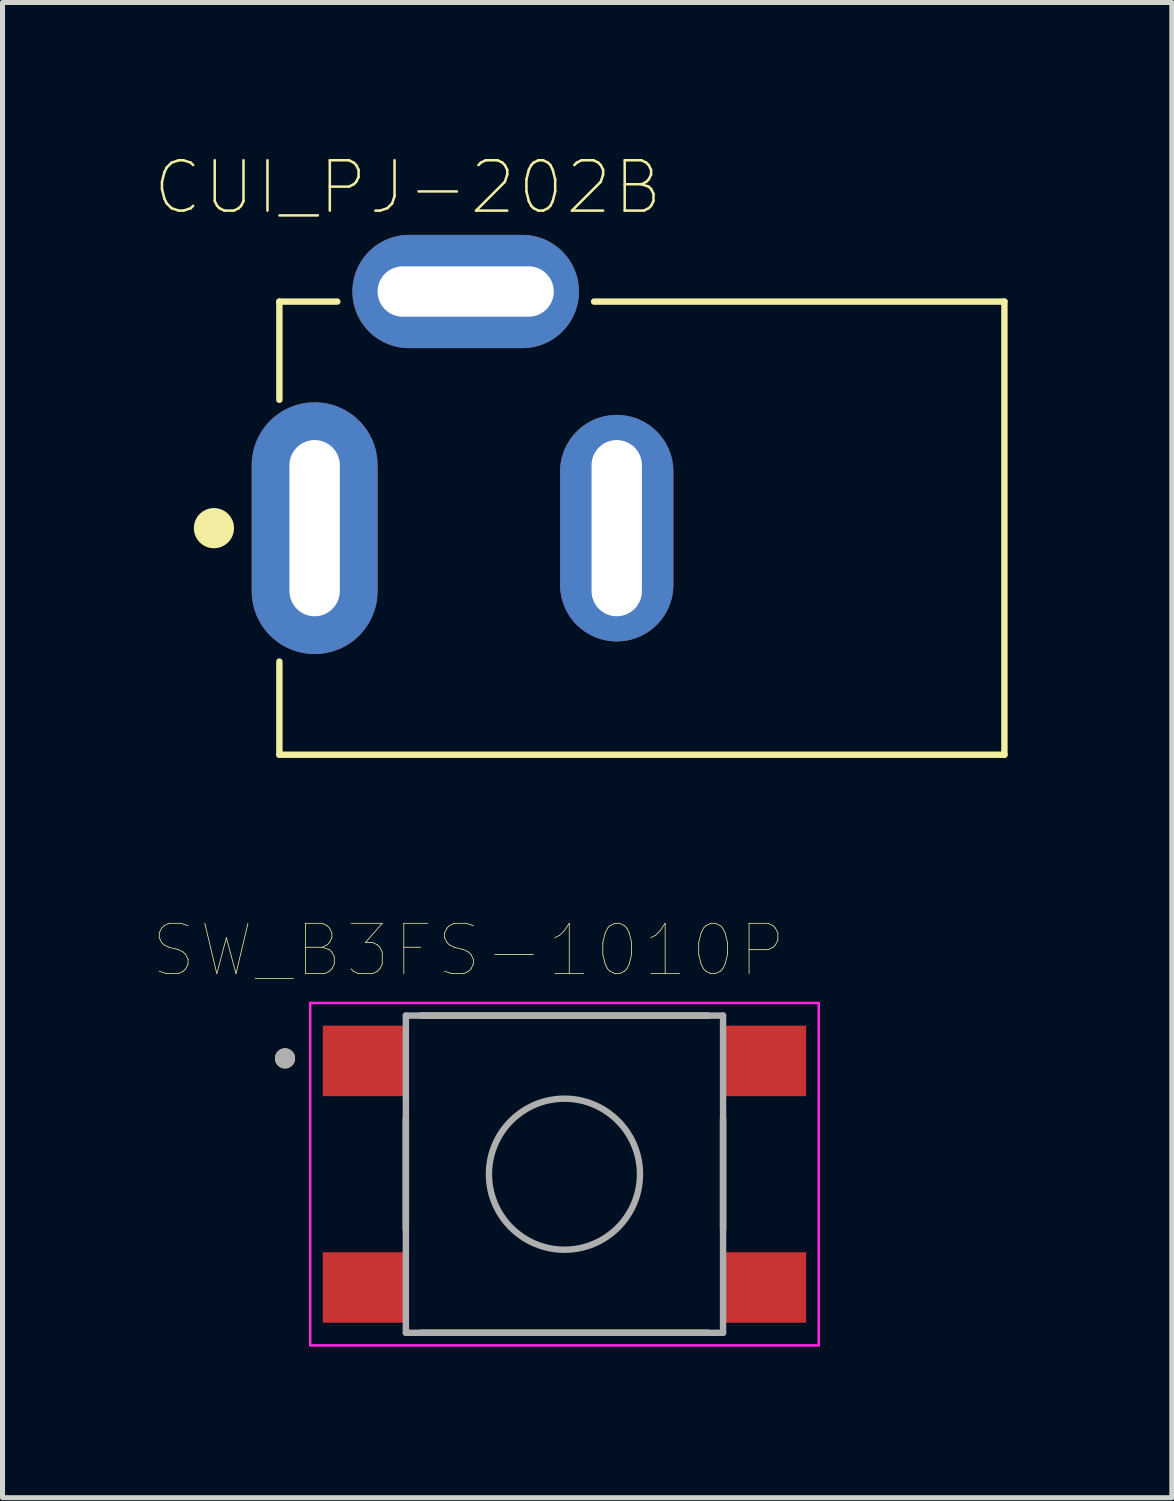
<source format=kicad_pcb>
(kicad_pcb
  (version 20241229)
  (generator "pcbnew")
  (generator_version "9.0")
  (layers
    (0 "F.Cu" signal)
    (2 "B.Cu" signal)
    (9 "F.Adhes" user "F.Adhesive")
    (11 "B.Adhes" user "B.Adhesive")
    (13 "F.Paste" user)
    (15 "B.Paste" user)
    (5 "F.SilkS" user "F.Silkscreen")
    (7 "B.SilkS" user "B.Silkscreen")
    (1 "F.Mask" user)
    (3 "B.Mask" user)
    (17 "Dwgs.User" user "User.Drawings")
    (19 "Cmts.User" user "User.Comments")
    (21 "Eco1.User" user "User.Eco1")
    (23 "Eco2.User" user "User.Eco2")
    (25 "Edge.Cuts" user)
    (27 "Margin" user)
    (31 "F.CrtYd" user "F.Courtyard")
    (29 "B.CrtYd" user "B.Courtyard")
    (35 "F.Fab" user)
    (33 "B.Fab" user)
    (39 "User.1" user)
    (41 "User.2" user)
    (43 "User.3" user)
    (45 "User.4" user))
  (footprint "CUI_PJ-202B"
    (layer "F.Cu")
    (at 9.699 7.44)
    (property "Reference" "CUI_PJ-202B" (at -4.651 -6.767 0) (layer "F.SilkS") (effects (font (size 1 1) (thickness 0.05))))
    (attr through_hole)
    (fp_line (start -7.2 -4.5) (end -6.05 -4.5) (stroke (width 0.127) (type solid)) (layer "F.SilkS"))
    (fp_line (start -7.2 -2.55) (end -7.2 -4.5) (stroke (width 0.127) (type solid)) (layer "F.SilkS"))
    (fp_line (start -7.2 4.5) (end -7.2 2.65) (stroke (width 0.127) (type solid)) (layer "F.SilkS"))
    (fp_line (start -0.95 -4.5) (end 7.2 -4.5) (stroke (width 0.127) (type solid)) (layer "F.SilkS"))
    (fp_line (start 7.2 -4.5) (end 7.2 4.5) (stroke (width 0.127) (type solid)) (layer "F.SilkS"))
    (fp_line (start 7.2 4.5) (end -7.2 4.5) (stroke (width 0.127) (type solid)) (layer "F.SilkS"))
    (fp_circle (center -8.5 0) (end -8.3 0) (stroke (width 0.4) (type solid)) (fill no) (layer "F.SilkS"))
    (fp_line (start -8.05 -2.25) (end -8.05 2.35) (stroke (width 0.05) (type solid)) (layer "Eco1.User"))
    (fp_line (start -8.05 2.35) (end -7.45 2.35) (stroke (width 0.05) (type solid)) (layer "Eco1.User"))
    (fp_line (start -7.45 -4.75) (end -6.05 -4.75) (stroke (width 0.05) (type solid)) (layer "Eco1.User"))
    (fp_line (start -7.45 -2.25) (end -8.05 -2.25) (stroke (width 0.05) (type solid)) (layer "Eco1.User"))
    (fp_line (start -7.45 -2.25) (end -7.45 -4.75) (stroke (width 0.05) (type solid)) (layer "Eco1.User"))
    (fp_line (start -7.45 4.75) (end -7.45 2.35) (stroke (width 0.05) (type solid)) (layer "Eco1.User"))
    (fp_line (start -6.05 -6.1) (end -0.95 -6.1) (stroke (width 0.05) (type solid)) (layer "Eco1.User"))
    (fp_line (start -6.05 -4.75) (end -6.05 -6.1) (stroke (width 0.05) (type solid)) (layer "Eco1.User"))
    (fp_line (start -0.95 -6.1) (end -0.95 -4.75) (stroke (width 0.05) (type solid)) (layer "Eco1.User"))
    (fp_line (start -0.95 -4.75) (end 7.5 -4.75) (stroke (width 0.05) (type solid)) (layer "Eco1.User"))
    (fp_line (start 7.5 -4.75) (end 7.5 4.75) (stroke (width 0.05) (type solid)) (layer "Eco1.User"))
    (fp_line (start 7.5 4.75) (end -7.45 4.75) (stroke (width 0.05) (type solid)) (layer "Eco1.User"))
    (fp_line (start -7.2 -4.5) (end 7.2 -4.5) (stroke (width 0.127) (type solid)) (layer "Eco2.User"))
    (fp_line (start -7.2 4.5) (end -7.2 -4.5) (stroke (width 0.127) (type solid)) (layer "Eco2.User"))
    (fp_line (start 7.2 -4.5) (end 7.2 4.5) (stroke (width 0.127) (type solid)) (layer "Eco2.User"))
    (fp_line (start 7.2 4.5) (end -7.2 4.5) (stroke (width 0.127) (type solid)) (layer "Eco2.User"))
    (fp_line (start -7 -1.75) (end -6 -1.75) (stroke (width 0.0001) (type solid)) (layer "Edge.Cuts"))
    (fp_line (start -7 1.75) (end -7 -1.75) (stroke (width 0.0001) (type solid)) (layer "Edge.Cuts"))
    (fp_line (start -6 -1.75) (end -6 1.75) (stroke (width 0.0001) (type solid)) (layer "Edge.Cuts"))
    (fp_line (start -6 1.75) (end -7 1.75) (stroke (width 0.0001) (type solid)) (layer "Edge.Cuts"))
    (fp_line (start -5 -5.2) (end -2 -5.2) (stroke (width 0.0001) (type solid)) (layer "Edge.Cuts"))
    (fp_line (start -5 -4.2) (end -5 -5.2) (stroke (width 0.0001) (type solid)) (layer "Edge.Cuts"))
    (fp_line (start -2 -5.2) (end -2 -4.2) (stroke (width 0.0001) (type solid)) (layer "Edge.Cuts"))
    (fp_line (start -2 -4.2) (end -5 -4.2) (stroke (width 0.0001) (type solid)) (layer "Edge.Cuts"))
    (fp_line (start -1 -1.5) (end 0 -1.5) (stroke (width 0.0001) (type solid)) (layer "Edge.Cuts"))
    (fp_line (start -1 1.5) (end -1 -1.5) (stroke (width 0.0001) (type solid)) (layer "Edge.Cuts"))
    (fp_line (start 0 -1.5) (end 0 1.5) (stroke (width 0.0001) (type solid)) (layer "Edge.Cuts"))
    (fp_line (start 0 1.5) (end -1 1.5) (stroke (width 0.0001) (type solid)) (layer "Edge.Cuts"))
    (pad "1" thru_hole oval (at -6.5 0 90) (size 5 2.5) (drill oval 3.5 1) (layers "*.Cu" "*.Mask"))
    (pad "2" thru_hole oval (at -0.5 0 90) (size 4.5 2.25) (drill oval 3.5 1) (layers "*.Cu" "*.Mask"))
    (pad "3" thru_hole oval (at -3.5 -4.7 180) (size 4.5 2.25) (drill oval 3.5 1) (layers "*.Cu" "*.Mask")))
  (footprint "SW_B3FS-1010P"
    (layer "F.Cu")
    (at 8.161 20.271)
    (property "Reference" "SW_B3FS-1010P" (at -1.905 -4.445 0) (layer "F.SilkS") (effects (font (size 1 1) (thickness 0.015))))
    (attr through_hole)
    (fp_line (start -3.15 1.1) (end -3.15 -1.1) (stroke (width 0.127) (type solid)) (layer "F.SilkS"))
    (fp_line (start -2.85 -3.15) (end 2.85 -3.15) (stroke (width 0.127) (type solid)) (layer "F.SilkS"))
    (fp_line (start -2.85 3.15) (end 2.85 3.15) (stroke (width 0.127) (type solid)) (layer "F.SilkS"))
    (fp_line (start 3.15 -1.1) (end 3.15 1.1) (stroke (width 0.127) (type solid)) (layer "F.SilkS"))
    (fp_circle (center -5.55 -2.3) (end -5.45 -2.3) (stroke (width 0.2) (type solid)) (fill no) (layer "F.SilkS"))
    (fp_line (start -5.05 -3.4) (end 5.05 -3.4) (stroke (width 0.05) (type solid)) (layer "F.CrtYd"))
    (fp_line (start -5.05 3.4) (end -5.05 -3.4) (stroke (width 0.05) (type solid)) (layer "F.CrtYd"))
    (fp_line (start 5.05 -3.4) (end 5.05 3.4) (stroke (width 0.05) (type solid)) (layer "F.CrtYd"))
    (fp_line (start 5.05 3.4) (end -5.05 3.4) (stroke (width 0.05) (type solid)) (layer "F.CrtYd"))
    (fp_line (start -3.15 -3.15) (end 3.15 -3.15) (stroke (width 0.127) (type solid)) (layer "F.Fab"))
    (fp_line (start -3.15 3.15) (end -3.15 -3.15) (stroke (width 0.127) (type solid)) (layer "F.Fab"))
    (fp_line (start 3.15 -3.15) (end 3.15 3.15) (stroke (width 0.127) (type solid)) (layer "F.Fab"))
    (fp_line (start 3.15 3.15) (end -3.15 3.15) (stroke (width 0.127) (type solid)) (layer "F.Fab"))
    (fp_circle (center -5.55 -2.3) (end -5.45 -2.3) (stroke (width 0.2) (type solid)) (fill no) (layer "F.Fab"))
    (fp_circle (center 0 0) (end 1.5 0) (stroke (width 0.127) (type solid)) (fill no) (layer "F.Fab"))
    (pad "1" smd rect (at -4 -2.25) (size 1.6 1.4) (layers "F.Cu" "F.Mask" "F.Paste"))
    (pad "1" smd rect (at 4 -2.25) (size 1.6 1.4) (layers "F.Cu" "F.Mask" "F.Paste"))
    (pad "2" smd rect (at -4 2.25) (size 1.6 1.4) (layers "F.Cu" "F.Mask" "F.Paste"))
    (pad "2" smd rect (at 4 2.25) (size 1.6 1.4) (layers "F.Cu" "F.Mask" "F.Paste")))
  (gr_rect
    (start -3 -3)
    (end 20.224 26.696)
    (stroke (width 0.1) (type default))
    (fill no)
    (layer "Edge.Cuts")))
</source>
